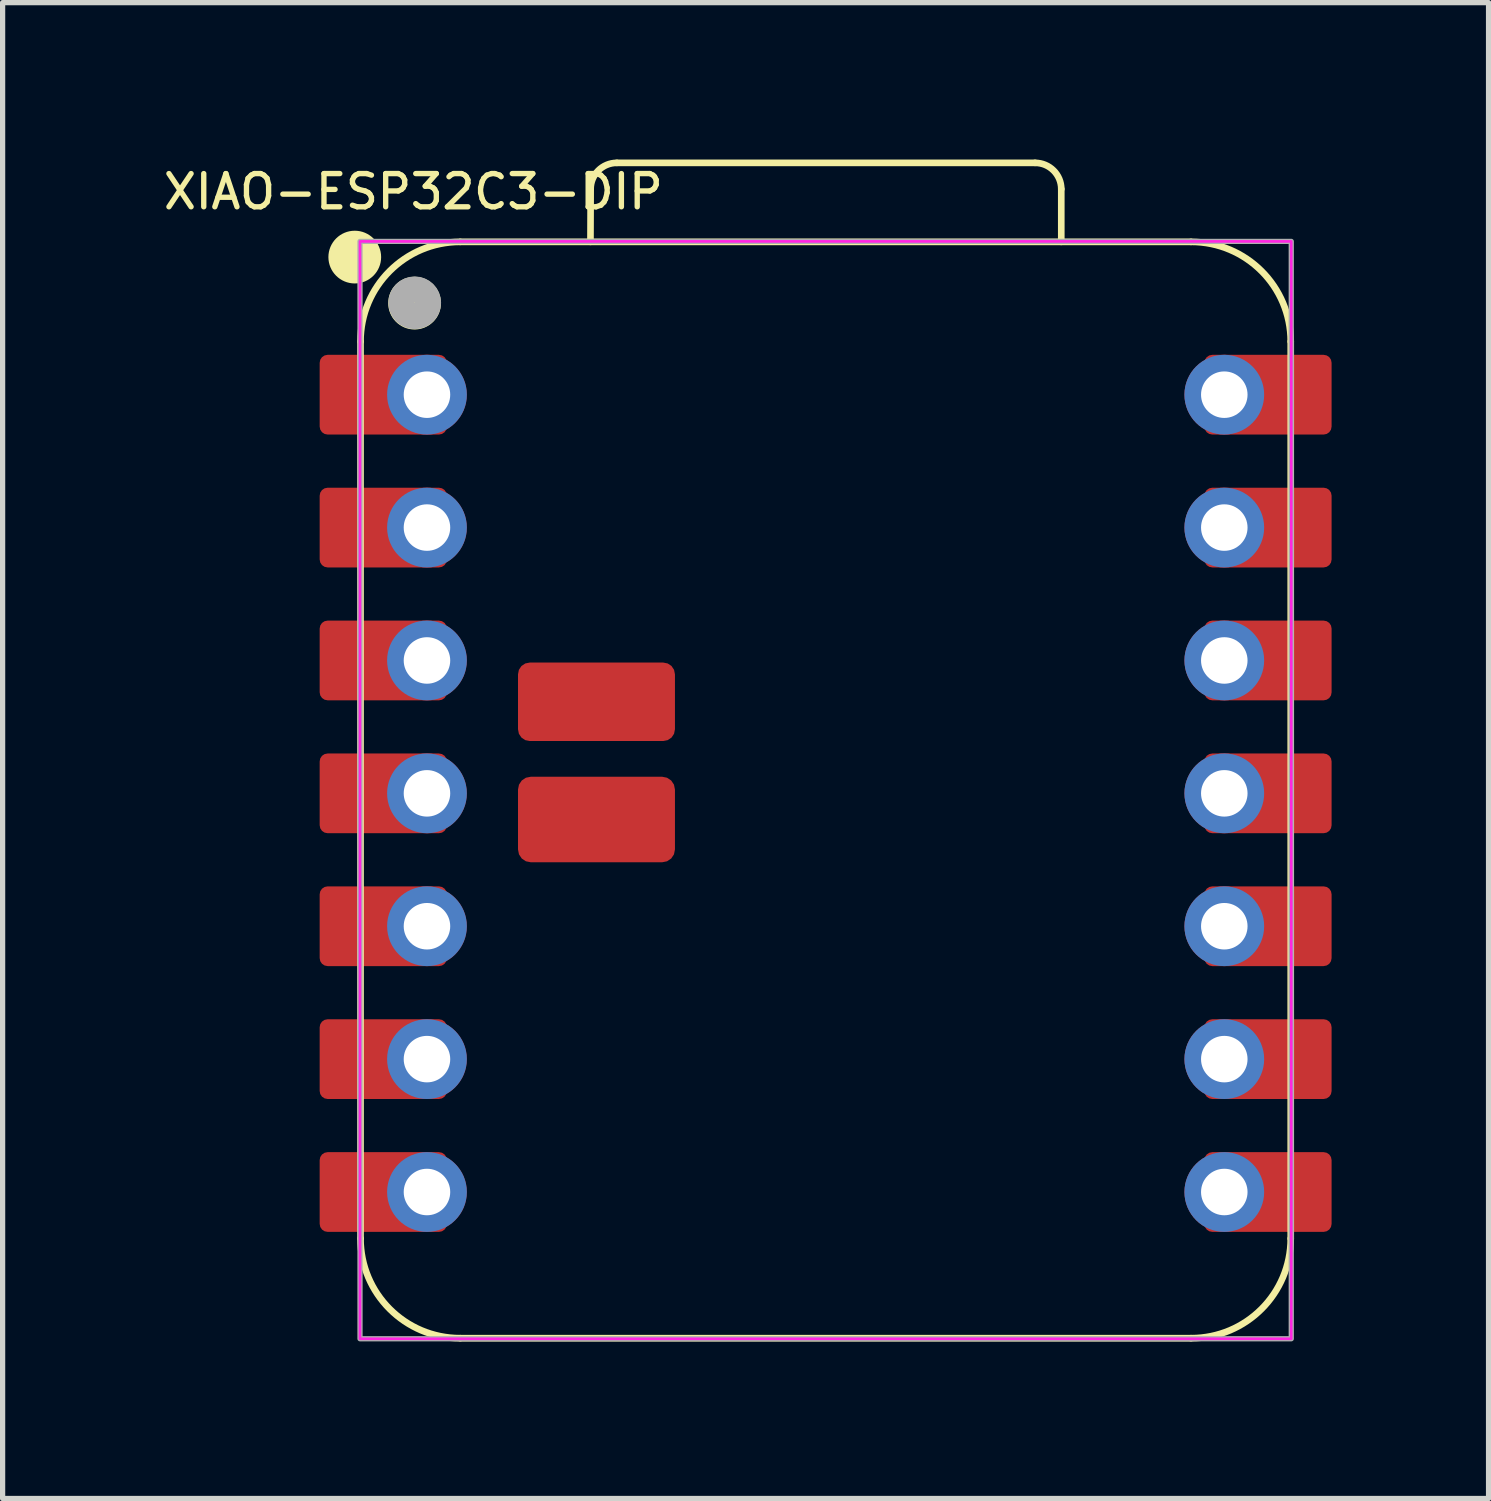
<source format=kicad_pcb>
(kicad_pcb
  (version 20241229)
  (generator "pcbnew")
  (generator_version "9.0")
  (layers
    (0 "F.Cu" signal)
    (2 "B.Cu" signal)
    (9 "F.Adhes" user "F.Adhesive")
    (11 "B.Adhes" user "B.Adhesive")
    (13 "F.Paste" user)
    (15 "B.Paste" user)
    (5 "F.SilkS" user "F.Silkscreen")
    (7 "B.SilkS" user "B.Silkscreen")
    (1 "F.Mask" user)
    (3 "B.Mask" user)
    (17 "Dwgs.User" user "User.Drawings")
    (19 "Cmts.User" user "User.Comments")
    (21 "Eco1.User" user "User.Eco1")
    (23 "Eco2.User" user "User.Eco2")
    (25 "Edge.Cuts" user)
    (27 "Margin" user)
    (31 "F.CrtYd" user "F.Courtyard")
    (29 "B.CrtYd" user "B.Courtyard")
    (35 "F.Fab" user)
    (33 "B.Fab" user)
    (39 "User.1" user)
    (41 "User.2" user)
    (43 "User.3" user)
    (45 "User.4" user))
  (footprint "XIAO-ESP32C3-DIP"
    (layer "F.Cu")
    (at 12.851 12.114)
    (property "Reference" "XIAO-ESP32C3-DIP" (at -8 -11.5 0) (unlocked yes) (layer "F.SilkS") (effects (font (size 0.635 0.635) (thickness 0.102))))
    (attr smd)
    (fp_line (start -9.01 8.509) (end -9.01 -8.636) (stroke (width 0.127) (type solid)) (layer "F.SilkS"))
    (fp_line (start -7.105 10.414) (end 6.865 10.414) (stroke (width 0.127) (type solid)) (layer "F.SilkS"))
    (fp_line (start -4.615 -10.541) (end -4.611 -11.551) (stroke (width 0.127) (type solid)) (layer "F.SilkS"))
    (fp_line (start -4.111 -12.051) (end 3.884 -12.051) (stroke (width 0.127) (type solid)) (layer "F.SilkS"))
    (fp_line (start 4.384 -11.551) (end 4.384 -10.541) (stroke (width 0.127) (type solid)) (layer "F.SilkS"))
    (fp_line (start 6.865 -10.541) (end -7.105 -10.541) (stroke (width 0.1) (type solid)) (layer "F.SilkS"))
    (fp_line (start 6.865 -10.541) (end -7.105 -10.541) (stroke (width 0.127) (type solid)) (layer "F.SilkS"))
    (fp_line (start 8.77 8.509) (end 8.77 -8.636) (stroke (width 0.127) (type solid)) (layer "F.SilkS"))
    (fp_arc (start -9.01 -8.636) (mid -8.452038 -9.983038) (end -7.105 -10.541) (stroke (width 0.127) (type solid)) (layer "F.SilkS"))
    (fp_arc (start -7.105 10.414) (mid -8.452038 9.856038) (end -9.01 8.509) (stroke (width 0.127) (type solid)) (layer "F.SilkS"))
    (fp_arc (start -4.611272 -11.551272) (mid -4.464728 -11.90464) (end -4.111272 -12.051) (stroke (width 0.127) (type default)) (layer "F.SilkS"))
    (fp_arc (start 3.884 -12.051) (mid 4.237553 -11.904553) (end 4.384 -11.551) (stroke (width 0.127) (type default)) (layer "F.SilkS"))
    (fp_arc (start 6.865 -10.541) (mid 8.212038 -9.983038) (end 8.77 -8.636) (stroke (width 0.127) (type solid)) (layer "F.SilkS"))
    (fp_arc (start 8.77 8.509) (mid 8.212038 9.856038) (end 6.865 10.414) (stroke (width 0.127) (type solid)) (layer "F.SilkS"))
    (fp_circle (center -9.12 -10.25) (end -9.12 -10.504) (stroke (width 0.5) (type solid)) (fill yes) (layer "F.SilkS"))
    (fp_circle (center -7.977 -9.37) (end -7.977 -9.624) (stroke (width 0.5) (type solid)) (fill yes) (layer "F.SilkS"))
    (fp_rect (start -9.02 -10.55) (end 8.78 10.425) (stroke (width 0.05) (type default)) (fill no) (layer "F.CrtYd"))
    (fp_rect (start -9.02 -10.55) (end 8.78 10.425) (stroke (width 0.1) (type default)) (fill no) (layer "F.Fab"))
    (fp_circle (center -7.974 -9.376) (end -7.974 -9.63) (stroke (width 0.5) (type solid)) (fill no) (layer "F.Fab"))
    (pad "1" smd roundrect (at -8.575 -7.62 180) (size 2.432 1.524) (layers "F.Cu" "F.Mask") (roundrect_rratio 0.1))
    (pad "1" thru_hole circle (at -7.74 -7.62 180) (size 1.524 1.524) (drill 0.889) (layers "*.Cu" "*.Mask"))
    (pad "2" smd roundrect (at -8.575 -5.08 180) (size 2.432 1.524) (layers "F.Cu" "F.Mask") (roundrect_rratio 0.1))
    (pad "2" thru_hole circle (at -7.74 -5.08 180) (size 1.524 1.524) (drill 0.889) (layers "*.Cu" "*.Mask"))
    (pad "3" smd roundrect (at -8.575 -2.54 180) (size 2.432 1.524) (layers "F.Cu" "F.Mask") (roundrect_rratio 0.1))
    (pad "3" thru_hole circle (at -7.74 -2.54 180) (size 1.524 1.524) (drill 0.889) (layers "*.Cu" "*.Mask"))
    (pad "4" smd roundrect (at -8.575 0 180) (size 2.432 1.524) (layers "F.Cu" "F.Mask") (roundrect_rratio 0.1))
    (pad "4" thru_hole circle (at -7.74 0 180) (size 1.524 1.524) (drill 0.889) (layers "*.Cu" "*.Mask"))
    (pad "5" smd roundrect (at -8.575 2.54 180) (size 2.432 1.524) (layers "F.Cu" "F.Mask") (roundrect_rratio 0.1))
    (pad "5" thru_hole circle (at -7.74 2.54 180) (size 1.524 1.524) (drill 0.889) (layers "*.Cu" "*.Mask"))
    (pad "6" smd roundrect (at -8.575 5.08 180) (size 2.432 1.524) (layers "F.Cu" "F.Mask") (roundrect_rratio 0.1))
    (pad "6" thru_hole circle (at -7.74 5.08 180) (size 1.524 1.524) (drill 0.889) (layers "*.Cu" "*.Mask"))
    (pad "7" smd roundrect (at -8.575 7.62 180) (size 2.432 1.524) (layers "F.Cu" "F.Mask") (roundrect_rratio 0.1))
    (pad "7" thru_hole circle (at -7.74 7.62 180) (size 1.524 1.524) (drill 0.889) (layers "*.Cu" "*.Mask"))
    (pad "8" thru_hole circle (at 7.5 7.62) (size 1.524 1.524) (drill 0.889) (layers "*.Cu" "*.Mask"))
    (pad "8" smd roundrect (at 8.335 7.62) (size 2.432 1.524) (layers "F.Cu" "F.Mask") (roundrect_rratio 0.1))
    (pad "9" thru_hole circle (at 7.5 5.08) (size 1.524 1.524) (drill 0.889) (layers "*.Cu" "*.Mask"))
    (pad "9" smd roundrect (at 8.335 5.08) (size 2.432 1.524) (layers "F.Cu" "F.Mask") (roundrect_rratio 0.1))
    (pad "10" thru_hole circle (at 7.5 2.54) (size 1.524 1.524) (drill 0.889) (layers "*.Cu" "*.Mask"))
    (pad "10" smd roundrect (at 8.335 2.54) (size 2.432 1.524) (layers "F.Cu" "F.Mask") (roundrect_rratio 0.1))
    (pad "11" thru_hole circle (at 7.5 0) (size 1.524 1.524) (drill 0.889) (layers "*.Cu" "*.Mask"))
    (pad "11" smd roundrect (at 8.335 0) (size 2.432 1.524) (layers "F.Cu" "F.Mask") (roundrect_rratio 0.1))
    (pad "12" thru_hole circle (at 7.5 -2.54) (size 1.524 1.524) (drill 0.889) (layers "*.Cu" "*.Mask"))
    (pad "12" smd roundrect (at 8.335 -2.54) (size 2.432 1.524) (layers "F.Cu" "F.Mask") (roundrect_rratio 0.1))
    (pad "13" thru_hole circle (at 7.5 -5.08) (size 1.524 1.524) (drill 0.889) (layers "*.Cu" "*.Mask"))
    (pad "13" smd roundrect (at 8.335 -5.08) (size 2.432 1.524) (layers "F.Cu" "F.Mask") (roundrect_rratio 0.1))
    (pad "14" thru_hole circle (at 7.5 -7.62) (size 1.524 1.524) (drill 0.889) (layers "*.Cu" "*.Mask"))
    (pad "14" smd roundrect (at 8.335 -7.62) (size 2.432 1.524) (layers "F.Cu" "F.Mask") (roundrect_rratio 0.1))
    (pad "15" smd roundrect (at -4.5 0.5) (size 3 1.635) (layers "F.Cu" "F.Mask" "F.Paste") (roundrect_rratio 0.15))
    (pad "16" smd roundrect (at -4.5 -1.75) (size 3 1.5) (layers "F.Cu" "F.Mask" "F.Paste") (roundrect_rratio 0.15)))
  (gr_rect
    (start -3 -3)
    (end 25.402 25.592)
    (stroke (width 0.1) (type default))
    (fill no)
    (layer "Edge.Cuts")))
</source>
